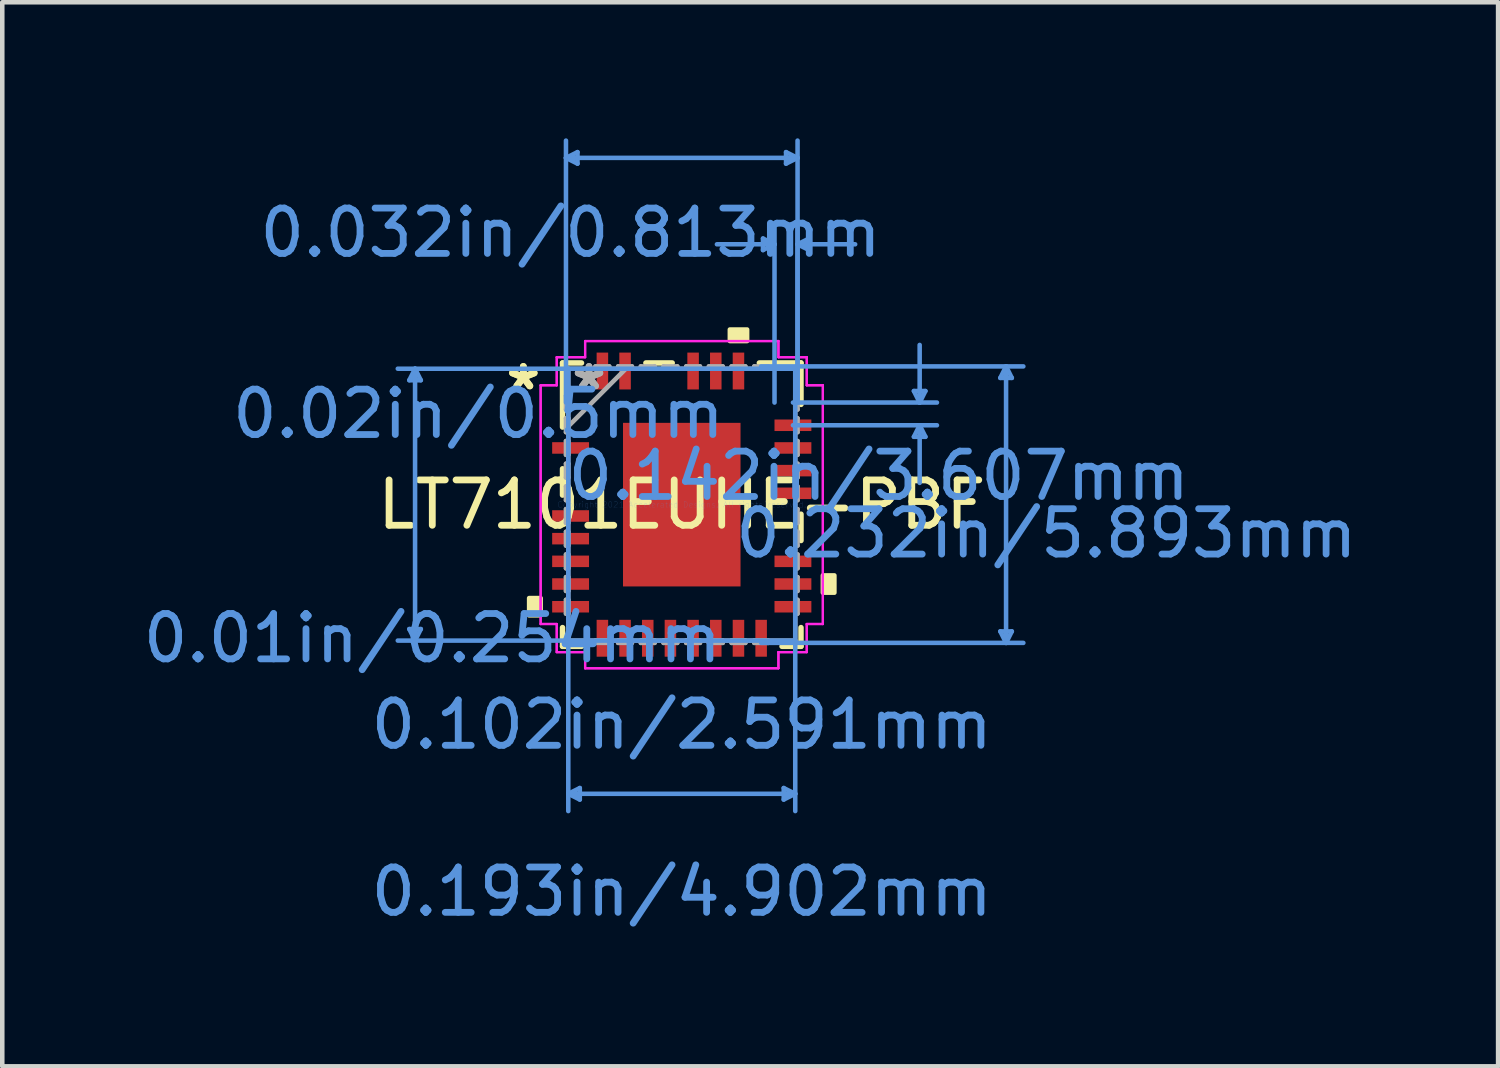
<source format=kicad_pcb>
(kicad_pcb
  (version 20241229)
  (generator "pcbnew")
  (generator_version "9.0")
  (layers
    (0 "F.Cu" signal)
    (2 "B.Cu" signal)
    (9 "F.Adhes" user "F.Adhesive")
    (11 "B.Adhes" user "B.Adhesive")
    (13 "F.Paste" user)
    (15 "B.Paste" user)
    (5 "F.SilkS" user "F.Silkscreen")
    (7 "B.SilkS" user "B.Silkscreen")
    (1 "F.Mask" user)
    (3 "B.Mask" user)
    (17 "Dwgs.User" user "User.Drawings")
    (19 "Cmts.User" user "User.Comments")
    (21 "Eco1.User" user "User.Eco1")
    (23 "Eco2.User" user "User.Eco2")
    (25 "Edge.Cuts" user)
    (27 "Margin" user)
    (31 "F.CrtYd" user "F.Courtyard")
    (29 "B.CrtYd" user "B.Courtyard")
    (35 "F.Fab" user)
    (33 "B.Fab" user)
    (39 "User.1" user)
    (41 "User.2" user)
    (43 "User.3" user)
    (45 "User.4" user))
  (footprint "LT7101EUHE-PBF"
    (layer "F.Cu")
    (at 11.981 8.076)
    (property "Reference" "LT7101EUHE-PBF" (at 0 0 0) (layer "F.SilkS") (effects (font (size 1 1) (thickness 0.15))))
    (attr through_hole)
    (fp_line (start -2.629 -3.124) (end -2.629 -1.71) (stroke (width 0.12) (type solid)) (layer "F.SilkS"))
    (fp_line (start -2.629 -0.791) (end -2.629 -0.21) (stroke (width 0.12) (type solid)) (layer "F.SilkS"))
    (fp_line (start -2.629 2.71) (end -2.629 3.124) (stroke (width 0.12) (type solid)) (layer "F.SilkS"))
    (fp_line (start -2.629 3.124) (end -2.21 3.124) (stroke (width 0.12) (type solid)) (layer "F.SilkS"))
    (fp_line (start -2.21 -3.124) (end -2.629 -3.124) (stroke (width 0.12) (type solid)) (layer "F.SilkS"))
    (fp_line (start -0.21 -3.124) (end -0.791 -3.124) (stroke (width 0.12) (type solid)) (layer "F.SilkS"))
    (fp_line (start 2.21 3.124) (end 2.629 3.124) (stroke (width 0.12) (type solid)) (layer "F.SilkS"))
    (fp_line (start 2.629 -3.124) (end 1.71 -3.124) (stroke (width 0.12) (type solid)) (layer "F.SilkS"))
    (fp_line (start 2.629 -2.21) (end 2.629 -3.124) (stroke (width 0.12) (type solid)) (layer "F.SilkS"))
    (fp_line (start 2.629 0.791) (end 2.629 0.21) (stroke (width 0.12) (type solid)) (layer "F.SilkS"))
    (fp_line (start 2.629 3.124) (end 2.629 2.71) (stroke (width 0.12) (type solid)) (layer "F.SilkS"))
    (fp_poly (pts (xy -3.365 2.06) (xy -3.365 2.441) (xy -3.111 2.441) (xy -3.111 2.06)) (stroke (width 0.1) (type solid)) (fill yes) (layer "F.SilkS"))
    (fp_poly (pts (xy 1.06 -3.607) (xy 1.06 -3.861) (xy 1.441 -3.861) (xy 1.441 -3.607)) (stroke (width 0.1) (type solid)) (fill yes) (layer "F.SilkS"))
    (fp_poly (pts (xy 3.365 1.56) (xy 3.365 1.941) (xy 3.111 1.941) (xy 3.111 1.56)) (stroke (width 0.1) (type solid)) (fill yes) (layer "F.SilkS"))
    (fp_poly (pts (xy -1.195 -1.703) (xy -1.195 -0.1) (xy -0.1 -0.1) (xy -0.1 -1.703)) (stroke (width 0.1) (type solid)) (fill yes) (layer "F.Paste"))
    (fp_poly (pts (xy -1.195 0.1) (xy -1.195 1.703) (xy -0.1 1.703) (xy -0.1 0.1)) (stroke (width 0.1) (type solid)) (fill yes) (layer "F.Paste"))
    (fp_poly (pts (xy 0.1 -1.703) (xy 0.1 -0.1) (xy 1.195 -0.1) (xy 1.195 -1.703)) (stroke (width 0.1) (type solid)) (fill yes) (layer "F.Paste"))
    (fp_poly (pts (xy 0.1 0.1) (xy 0.1 1.703) (xy 1.195 1.703) (xy 1.195 0.1)) (stroke (width 0.1) (type solid)) (fill yes) (layer "F.Paste"))
    (fp_line (start -6.007 -2.743) (end -5.753 -2.743) (stroke (width 0.1) (type solid)) (layer "Cmts.User"))
    (fp_line (start -6.007 2.743) (end -5.753 2.743) (stroke (width 0.1) (type solid)) (layer "Cmts.User"))
    (fp_line (start -5.88 -2.997) (end -6.007 -2.743) (stroke (width 0.1) (type solid)) (layer "Cmts.User"))
    (fp_line (start -5.88 -2.997) (end -5.88 2.997) (stroke (width 0.1) (type solid)) (layer "Cmts.User"))
    (fp_line (start -5.88 -2.997) (end -5.753 -2.743) (stroke (width 0.1) (type solid)) (layer "Cmts.User"))
    (fp_line (start -5.88 2.997) (end -6.007 2.743) (stroke (width 0.1) (type solid)) (layer "Cmts.User"))
    (fp_line (start -5.88 2.997) (end -5.753 2.743) (stroke (width 0.1) (type solid)) (layer "Cmts.User"))
    (fp_line (start -2.553 -7.645) (end -2.299 -7.772) (stroke (width 0.1) (type solid)) (layer "Cmts.User"))
    (fp_line (start -2.553 -7.645) (end -2.299 -7.518) (stroke (width 0.1) (type solid)) (layer "Cmts.User"))
    (fp_line (start -2.553 -7.645) (end 2.553 -7.645) (stroke (width 0.1) (type solid)) (layer "Cmts.User"))
    (fp_line (start -2.553 -2.251) (end -2.553 -8.026) (stroke (width 0.1) (type solid)) (layer "Cmts.User"))
    (fp_line (start -2.502 -2.997) (end -2.502 6.756) (stroke (width 0.1) (type solid)) (layer "Cmts.User"))
    (fp_line (start -2.502 6.375) (end -2.248 6.248) (stroke (width 0.1) (type solid)) (layer "Cmts.User"))
    (fp_line (start -2.502 6.375) (end -2.248 6.502) (stroke (width 0.1) (type solid)) (layer "Cmts.User"))
    (fp_line (start -2.502 6.375) (end 2.502 6.375) (stroke (width 0.1) (type solid)) (layer "Cmts.User"))
    (fp_line (start -2.299 -7.772) (end -2.299 -7.518) (stroke (width 0.1) (type solid)) (layer "Cmts.User"))
    (fp_line (start -2.248 6.248) (end -2.248 6.502) (stroke (width 0.1) (type solid)) (layer "Cmts.User"))
    (fp_line (start 1.75 -3.048) (end 7.531 -3.048) (stroke (width 0.1) (type solid)) (layer "Cmts.User"))
    (fp_line (start 1.75 3.048) (end 7.531 3.048) (stroke (width 0.1) (type solid)) (layer "Cmts.User"))
    (fp_line (start 1.791 -5.867) (end 1.791 -5.613) (stroke (width 0.1) (type solid)) (layer "Cmts.User"))
    (fp_line (start 2.045 -5.74) (end 0.775 -5.74) (stroke (width 0.1) (type solid)) (layer "Cmts.User"))
    (fp_line (start 2.045 -5.74) (end 1.791 -5.867) (stroke (width 0.1) (type solid)) (layer "Cmts.User"))
    (fp_line (start 2.045 -5.74) (end 1.791 -5.613) (stroke (width 0.1) (type solid)) (layer "Cmts.User"))
    (fp_line (start 2.045 -2.251) (end 2.045 -6.121) (stroke (width 0.1) (type solid)) (layer "Cmts.User"))
    (fp_line (start 2.248 6.248) (end 2.248 6.502) (stroke (width 0.1) (type solid)) (layer "Cmts.User"))
    (fp_line (start 2.299 -7.772) (end 2.299 -7.518) (stroke (width 0.1) (type solid)) (layer "Cmts.User"))
    (fp_line (start 2.451 -2.251) (end 5.626 -2.251) (stroke (width 0.1) (type solid)) (layer "Cmts.User"))
    (fp_line (start 2.451 -1.75) (end 5.626 -1.75) (stroke (width 0.1) (type solid)) (layer "Cmts.User"))
    (fp_line (start 2.502 -2.997) (end -6.261 -2.997) (stroke (width 0.1) (type solid)) (layer "Cmts.User"))
    (fp_line (start 2.502 -2.997) (end 2.502 6.756) (stroke (width 0.1) (type solid)) (layer "Cmts.User"))
    (fp_line (start 2.502 2.997) (end -6.261 2.997) (stroke (width 0.1) (type solid)) (layer "Cmts.User"))
    (fp_line (start 2.502 6.375) (end 2.248 6.248) (stroke (width 0.1) (type solid)) (layer "Cmts.User"))
    (fp_line (start 2.502 6.375) (end 2.248 6.502) (stroke (width 0.1) (type solid)) (layer "Cmts.User"))
    (fp_line (start 2.553 -7.645) (end 2.299 -7.772) (stroke (width 0.1) (type solid)) (layer "Cmts.User"))
    (fp_line (start 2.553 -7.645) (end 2.299 -7.518) (stroke (width 0.1) (type solid)) (layer "Cmts.User"))
    (fp_line (start 2.553 -5.74) (end 2.807 -5.867) (stroke (width 0.1) (type solid)) (layer "Cmts.User"))
    (fp_line (start 2.553 -5.74) (end 2.807 -5.613) (stroke (width 0.1) (type solid)) (layer "Cmts.User"))
    (fp_line (start 2.553 -5.74) (end 3.823 -5.74) (stroke (width 0.1) (type solid)) (layer "Cmts.User"))
    (fp_line (start 2.553 -2.251) (end 2.553 -8.026) (stroke (width 0.1) (type solid)) (layer "Cmts.User"))
    (fp_line (start 2.553 -2.251) (end 2.553 -6.121) (stroke (width 0.1) (type solid)) (layer "Cmts.User"))
    (fp_line (start 2.807 -5.867) (end 2.807 -5.613) (stroke (width 0.1) (type solid)) (layer "Cmts.User"))
    (fp_line (start 5.118 -2.505) (end 5.372 -2.505) (stroke (width 0.1) (type solid)) (layer "Cmts.User"))
    (fp_line (start 5.118 -1.496) (end 5.372 -1.496) (stroke (width 0.1) (type solid)) (layer "Cmts.User"))
    (fp_line (start 5.245 -2.251) (end 5.118 -2.505) (stroke (width 0.1) (type solid)) (layer "Cmts.User"))
    (fp_line (start 5.245 -2.251) (end 5.245 -3.521) (stroke (width 0.1) (type solid)) (layer "Cmts.User"))
    (fp_line (start 5.245 -2.251) (end 5.372 -2.505) (stroke (width 0.1) (type solid)) (layer "Cmts.User"))
    (fp_line (start 5.245 -1.75) (end 5.118 -1.496) (stroke (width 0.1) (type solid)) (layer "Cmts.User"))
    (fp_line (start 5.245 -1.75) (end 5.245 -0.48) (stroke (width 0.1) (type solid)) (layer "Cmts.User"))
    (fp_line (start 5.245 -1.75) (end 5.372 -1.496) (stroke (width 0.1) (type solid)) (layer "Cmts.User"))
    (fp_line (start 7.023 -2.794) (end 7.277 -2.794) (stroke (width 0.1) (type solid)) (layer "Cmts.User"))
    (fp_line (start 7.023 2.794) (end 7.277 2.794) (stroke (width 0.1) (type solid)) (layer "Cmts.User"))
    (fp_line (start 7.15 -3.048) (end 7.023 -2.794) (stroke (width 0.1) (type solid)) (layer "Cmts.User"))
    (fp_line (start 7.15 -3.048) (end 7.15 3.048) (stroke (width 0.1) (type solid)) (layer "Cmts.User"))
    (fp_line (start 7.15 -3.048) (end 7.277 -2.794) (stroke (width 0.1) (type solid)) (layer "Cmts.User"))
    (fp_line (start 7.15 3.048) (end 7.023 2.794) (stroke (width 0.1) (type solid)) (layer "Cmts.User"))
    (fp_line (start 7.15 3.048) (end 7.277 2.794) (stroke (width 0.1) (type solid)) (layer "Cmts.User"))
    (fp_line (start -3.111 -2.632) (end -2.756 -2.632) (stroke (width 0.05) (type solid)) (layer "F.CrtYd"))
    (fp_line (start -3.111 -2.632) (end -2.756 -2.632) (stroke (width 0.05) (type solid)) (layer "F.CrtYd"))
    (fp_line (start -3.111 2.632) (end -3.111 -2.632) (stroke (width 0.05) (type solid)) (layer "F.CrtYd"))
    (fp_line (start -3.111 2.632) (end -3.111 -2.632) (stroke (width 0.05) (type solid)) (layer "F.CrtYd"))
    (fp_line (start -2.756 -3.251) (end -2.131 -3.251) (stroke (width 0.05) (type solid)) (layer "F.CrtYd"))
    (fp_line (start -2.756 -3.251) (end -2.131 -3.251) (stroke (width 0.05) (type solid)) (layer "F.CrtYd"))
    (fp_line (start -2.756 -2.632) (end -2.756 -3.251) (stroke (width 0.05) (type solid)) (layer "F.CrtYd"))
    (fp_line (start -2.756 -2.632) (end -2.756 -3.251) (stroke (width 0.05) (type solid)) (layer "F.CrtYd"))
    (fp_line (start -2.756 2.632) (end -3.111 2.632) (stroke (width 0.05) (type solid)) (layer "F.CrtYd"))
    (fp_line (start -2.756 2.632) (end -3.111 2.632) (stroke (width 0.05) (type solid)) (layer "F.CrtYd"))
    (fp_line (start -2.756 3.251) (end -2.756 2.632) (stroke (width 0.05) (type solid)) (layer "F.CrtYd"))
    (fp_line (start -2.756 3.251) (end -2.756 2.632) (stroke (width 0.05) (type solid)) (layer "F.CrtYd"))
    (fp_line (start -2.131 -3.607) (end 2.131 -3.607) (stroke (width 0.05) (type solid)) (layer "F.CrtYd"))
    (fp_line (start -2.131 -3.607) (end 2.131 -3.607) (stroke (width 0.05) (type solid)) (layer "F.CrtYd"))
    (fp_line (start -2.131 -3.251) (end -2.131 -3.607) (stroke (width 0.05) (type solid)) (layer "F.CrtYd"))
    (fp_line (start -2.131 -3.251) (end -2.131 -3.607) (stroke (width 0.05) (type solid)) (layer "F.CrtYd"))
    (fp_line (start -2.131 3.251) (end -2.756 3.251) (stroke (width 0.05) (type solid)) (layer "F.CrtYd"))
    (fp_line (start -2.131 3.251) (end -2.756 3.251) (stroke (width 0.05) (type solid)) (layer "F.CrtYd"))
    (fp_line (start -2.131 3.607) (end -2.131 3.251) (stroke (width 0.05) (type solid)) (layer "F.CrtYd"))
    (fp_line (start -2.131 3.607) (end -2.131 3.251) (stroke (width 0.05) (type solid)) (layer "F.CrtYd"))
    (fp_line (start 2.131 -3.607) (end 2.131 -3.251) (stroke (width 0.05) (type solid)) (layer "F.CrtYd"))
    (fp_line (start 2.131 -3.607) (end 2.131 -3.251) (stroke (width 0.05) (type solid)) (layer "F.CrtYd"))
    (fp_line (start 2.131 -3.251) (end 2.756 -3.251) (stroke (width 0.05) (type solid)) (layer "F.CrtYd"))
    (fp_line (start 2.131 -3.251) (end 2.756 -3.251) (stroke (width 0.05) (type solid)) (layer "F.CrtYd"))
    (fp_line (start 2.131 3.251) (end 2.131 3.607) (stroke (width 0.05) (type solid)) (layer "F.CrtYd"))
    (fp_line (start 2.131 3.251) (end 2.131 3.607) (stroke (width 0.05) (type solid)) (layer "F.CrtYd"))
    (fp_line (start 2.131 3.607) (end -2.131 3.607) (stroke (width 0.05) (type solid)) (layer "F.CrtYd"))
    (fp_line (start 2.131 3.607) (end -2.131 3.607) (stroke (width 0.05) (type solid)) (layer "F.CrtYd"))
    (fp_line (start 2.756 -3.251) (end 2.756 -2.632) (stroke (width 0.05) (type solid)) (layer "F.CrtYd"))
    (fp_line (start 2.756 -3.251) (end 2.756 -2.632) (stroke (width 0.05) (type solid)) (layer "F.CrtYd"))
    (fp_line (start 2.756 -2.632) (end 3.111 -2.632) (stroke (width 0.05) (type solid)) (layer "F.CrtYd"))
    (fp_line (start 2.756 -2.632) (end 3.111 -2.632) (stroke (width 0.05) (type solid)) (layer "F.CrtYd"))
    (fp_line (start 2.756 2.632) (end 2.756 3.251) (stroke (width 0.05) (type solid)) (layer "F.CrtYd"))
    (fp_line (start 2.756 2.632) (end 2.756 3.251) (stroke (width 0.05) (type solid)) (layer "F.CrtYd"))
    (fp_line (start 2.756 3.251) (end 2.131 3.251) (stroke (width 0.05) (type solid)) (layer "F.CrtYd"))
    (fp_line (start 2.756 3.251) (end 2.131 3.251) (stroke (width 0.05) (type solid)) (layer "F.CrtYd"))
    (fp_line (start 3.111 -2.632) (end 3.111 2.632) (stroke (width 0.05) (type solid)) (layer "F.CrtYd"))
    (fp_line (start 3.111 -2.632) (end 3.111 2.632) (stroke (width 0.05) (type solid)) (layer "F.CrtYd"))
    (fp_line (start 3.111 2.632) (end 2.756 2.632) (stroke (width 0.05) (type solid)) (layer "F.CrtYd"))
    (fp_line (start 3.111 2.632) (end 2.756 2.632) (stroke (width 0.05) (type solid)) (layer "F.CrtYd"))
    (fp_line (start -2.553 -2.403) (end -2.553 -2.098) (stroke (width 0.1) (type solid)) (layer "F.Fab"))
    (fp_line (start -2.553 -2.098) (end -2.502 -2.098) (stroke (width 0.1) (type solid)) (layer "F.Fab"))
    (fp_line (start -2.553 -1.903) (end -2.553 -1.598) (stroke (width 0.1) (type solid)) (layer "F.Fab"))
    (fp_line (start -2.553 -1.598) (end -2.502 -1.598) (stroke (width 0.1) (type solid)) (layer "F.Fab"))
    (fp_line (start -2.553 -1.403) (end -2.553 -1.098) (stroke (width 0.1) (type solid)) (layer "F.Fab"))
    (fp_line (start -2.553 -1.098) (end -2.502 -1.098) (stroke (width 0.1) (type solid)) (layer "F.Fab"))
    (fp_line (start -2.553 -0.903) (end -2.553 -0.598) (stroke (width 0.1) (type solid)) (layer "F.Fab"))
    (fp_line (start -2.553 -0.598) (end -2.502 -0.598) (stroke (width 0.1) (type solid)) (layer "F.Fab"))
    (fp_line (start -2.553 -0.402) (end -2.553 -0.098) (stroke (width 0.1) (type solid)) (layer "F.Fab"))
    (fp_line (start -2.553 -0.098) (end -2.502 -0.098) (stroke (width 0.1) (type solid)) (layer "F.Fab"))
    (fp_line (start -2.553 0.098) (end -2.553 0.402) (stroke (width 0.1) (type solid)) (layer "F.Fab"))
    (fp_line (start -2.553 0.402) (end -2.502 0.402) (stroke (width 0.1) (type solid)) (layer "F.Fab"))
    (fp_line (start -2.553 0.598) (end -2.553 0.903) (stroke (width 0.1) (type solid)) (layer "F.Fab"))
    (fp_line (start -2.553 0.903) (end -2.502 0.903) (stroke (width 0.1) (type solid)) (layer "F.Fab"))
    (fp_line (start -2.553 1.098) (end -2.553 1.403) (stroke (width 0.1) (type solid)) (layer "F.Fab"))
    (fp_line (start -2.553 1.403) (end -2.502 1.403) (stroke (width 0.1) (type solid)) (layer "F.Fab"))
    (fp_line (start -2.553 1.598) (end -2.553 1.903) (stroke (width 0.1) (type solid)) (layer "F.Fab"))
    (fp_line (start -2.553 1.903) (end -2.502 1.903) (stroke (width 0.1) (type solid)) (layer "F.Fab"))
    (fp_line (start -2.553 2.098) (end -2.553 2.403) (stroke (width 0.1) (type solid)) (layer "F.Fab"))
    (fp_line (start -2.553 2.403) (end -2.502 2.403) (stroke (width 0.1) (type solid)) (layer "F.Fab"))
    (fp_line (start -2.502 -2.997) (end -2.502 -2.997) (stroke (width 0.1) (type solid)) (layer "F.Fab"))
    (fp_line (start -2.502 -2.997) (end -2.502 2.997) (stroke (width 0.1) (type solid)) (layer "F.Fab"))
    (fp_line (start -2.502 -2.403) (end -2.553 -2.403) (stroke (width 0.1) (type solid)) (layer "F.Fab"))
    (fp_line (start -2.502 -2.098) (end -2.502 -2.403) (stroke (width 0.1) (type solid)) (layer "F.Fab"))
    (fp_line (start -2.502 -1.903) (end -2.553 -1.903) (stroke (width 0.1) (type solid)) (layer "F.Fab"))
    (fp_line (start -2.502 -1.727) (end -1.232 -2.997) (stroke (width 0.1) (type solid)) (layer "F.Fab"))
    (fp_line (start -2.502 -1.598) (end -2.502 -1.903) (stroke (width 0.1) (type solid)) (layer "F.Fab"))
    (fp_line (start -2.502 -1.403) (end -2.553 -1.403) (stroke (width 0.1) (type solid)) (layer "F.Fab"))
    (fp_line (start -2.502 -1.098) (end -2.502 -1.403) (stroke (width 0.1) (type solid)) (layer "F.Fab"))
    (fp_line (start -2.502 -0.903) (end -2.553 -0.903) (stroke (width 0.1) (type solid)) (layer "F.Fab"))
    (fp_line (start -2.502 -0.598) (end -2.502 -0.903) (stroke (width 0.1) (type solid)) (layer "F.Fab"))
    (fp_line (start -2.502 -0.402) (end -2.553 -0.402) (stroke (width 0.1) (type solid)) (layer "F.Fab"))
    (fp_line (start -2.502 -0.098) (end -2.502 -0.402) (stroke (width 0.1) (type solid)) (layer "F.Fab"))
    (fp_line (start -2.502 0.098) (end -2.553 0.098) (stroke (width 0.1) (type solid)) (layer "F.Fab"))
    (fp_line (start -2.502 0.402) (end -2.502 0.098) (stroke (width 0.1) (type solid)) (layer "F.Fab"))
    (fp_line (start -2.502 0.598) (end -2.553 0.598) (stroke (width 0.1) (type solid)) (layer "F.Fab"))
    (fp_line (start -2.502 0.903) (end -2.502 0.598) (stroke (width 0.1) (type solid)) (layer "F.Fab"))
    (fp_line (start -2.502 1.098) (end -2.553 1.098) (stroke (width 0.1) (type solid)) (layer "F.Fab"))
    (fp_line (start -2.502 1.403) (end -2.502 1.098) (stroke (width 0.1) (type solid)) (layer "F.Fab"))
    (fp_line (start -2.502 1.598) (end -2.553 1.598) (stroke (width 0.1) (type solid)) (layer "F.Fab"))
    (fp_line (start -2.502 1.903) (end -2.502 1.598) (stroke (width 0.1) (type solid)) (layer "F.Fab"))
    (fp_line (start -2.502 2.098) (end -2.553 2.098) (stroke (width 0.1) (type solid)) (layer "F.Fab"))
    (fp_line (start -2.502 2.403) (end -2.502 2.098) (stroke (width 0.1) (type solid)) (layer "F.Fab"))
    (fp_line (start -2.502 2.997) (end -2.502 2.997) (stroke (width 0.1) (type solid)) (layer "F.Fab"))
    (fp_line (start -2.502 2.997) (end 2.502 2.997) (stroke (width 0.1) (type solid)) (layer "F.Fab"))
    (fp_line (start -1.903 -3.048) (end -1.903 -2.997) (stroke (width 0.1) (type solid)) (layer "F.Fab"))
    (fp_line (start -1.903 -2.997) (end -1.598 -2.997) (stroke (width 0.1) (type solid)) (layer "F.Fab"))
    (fp_line (start -1.903 2.997) (end -1.903 3.048) (stroke (width 0.1) (type solid)) (layer "F.Fab"))
    (fp_line (start -1.903 3.048) (end -1.598 3.048) (stroke (width 0.1) (type solid)) (layer "F.Fab"))
    (fp_line (start -1.598 -3.048) (end -1.903 -3.048) (stroke (width 0.1) (type solid)) (layer "F.Fab"))
    (fp_line (start -1.598 -2.997) (end -1.598 -3.048) (stroke (width 0.1) (type solid)) (layer "F.Fab"))
    (fp_line (start -1.598 2.997) (end -1.903 2.997) (stroke (width 0.1) (type solid)) (layer "F.Fab"))
    (fp_line (start -1.598 3.048) (end -1.598 2.997) (stroke (width 0.1) (type solid)) (layer "F.Fab"))
    (fp_line (start -1.403 -3.048) (end -1.403 -2.997) (stroke (width 0.1) (type solid)) (layer "F.Fab"))
    (fp_line (start -1.403 -2.997) (end -1.098 -2.997) (stroke (width 0.1) (type solid)) (layer "F.Fab"))
    (fp_line (start -1.403 2.997) (end -1.403 3.048) (stroke (width 0.1) (type solid)) (layer "F.Fab"))
    (fp_line (start -1.403 3.048) (end -1.098 3.048) (stroke (width 0.1) (type solid)) (layer "F.Fab"))
    (fp_line (start -1.098 -3.048) (end -1.403 -3.048) (stroke (width 0.1) (type solid)) (layer "F.Fab"))
    (fp_line (start -1.098 -2.997) (end -1.098 -3.048) (stroke (width 0.1) (type solid)) (layer "F.Fab"))
    (fp_line (start -1.098 2.997) (end -1.403 2.997) (stroke (width 0.1) (type solid)) (layer "F.Fab"))
    (fp_line (start -1.098 3.048) (end -1.098 2.997) (stroke (width 0.1) (type solid)) (layer "F.Fab"))
    (fp_line (start -0.903 -3.048) (end -0.903 -2.997) (stroke (width 0.1) (type solid)) (layer "F.Fab"))
    (fp_line (start -0.903 -2.997) (end -0.598 -2.997) (stroke (width 0.1) (type solid)) (layer "F.Fab"))
    (fp_line (start -0.903 2.997) (end -0.903 3.048) (stroke (width 0.1) (type solid)) (layer "F.Fab"))
    (fp_line (start -0.903 3.048) (end -0.598 3.048) (stroke (width 0.1) (type solid)) (layer "F.Fab"))
    (fp_line (start -0.598 -3.048) (end -0.903 -3.048) (stroke (width 0.1) (type solid)) (layer "F.Fab"))
    (fp_line (start -0.598 -2.997) (end -0.598 -3.048) (stroke (width 0.1) (type solid)) (layer "F.Fab"))
    (fp_line (start -0.598 2.997) (end -0.903 2.997) (stroke (width 0.1) (type solid)) (layer "F.Fab"))
    (fp_line (start -0.598 3.048) (end -0.598 2.997) (stroke (width 0.1) (type solid)) (layer "F.Fab"))
    (fp_line (start -0.402 -3.048) (end -0.402 -2.997) (stroke (width 0.1) (type solid)) (layer "F.Fab"))
    (fp_line (start -0.402 -2.997) (end -0.098 -2.997) (stroke (width 0.1) (type solid)) (layer "F.Fab"))
    (fp_line (start -0.402 2.997) (end -0.402 3.048) (stroke (width 0.1) (type solid)) (layer "F.Fab"))
    (fp_line (start -0.402 3.048) (end -0.098 3.048) (stroke (width 0.1) (type solid)) (layer "F.Fab"))
    (fp_line (start -0.098 -3.048) (end -0.402 -3.048) (stroke (width 0.1) (type solid)) (layer "F.Fab"))
    (fp_line (start -0.098 -2.997) (end -0.098 -3.048) (stroke (width 0.1) (type solid)) (layer "F.Fab"))
    (fp_line (start -0.098 2.997) (end -0.402 2.997) (stroke (width 0.1) (type solid)) (layer "F.Fab"))
    (fp_line (start -0.098 3.048) (end -0.098 2.997) (stroke (width 0.1) (type solid)) (layer "F.Fab"))
    (fp_line (start 0.098 -3.048) (end 0.098 -2.997) (stroke (width 0.1) (type solid)) (layer "F.Fab"))
    (fp_line (start 0.098 -2.997) (end 0.402 -2.997) (stroke (width 0.1) (type solid)) (layer "F.Fab"))
    (fp_line (start 0.098 2.997) (end 0.098 3.048) (stroke (width 0.1) (type solid)) (layer "F.Fab"))
    (fp_line (start 0.098 3.048) (end 0.402 3.048) (stroke (width 0.1) (type solid)) (layer "F.Fab"))
    (fp_line (start 0.402 -3.048) (end 0.098 -3.048) (stroke (width 0.1) (type solid)) (layer "F.Fab"))
    (fp_line (start 0.402 -2.997) (end 0.402 -3.048) (stroke (width 0.1) (type solid)) (layer "F.Fab"))
    (fp_line (start 0.402 2.997) (end 0.098 2.997) (stroke (width 0.1) (type solid)) (layer "F.Fab"))
    (fp_line (start 0.402 3.048) (end 0.402 2.997) (stroke (width 0.1) (type solid)) (layer "F.Fab"))
    (fp_line (start 0.598 -3.048) (end 0.598 -2.997) (stroke (width 0.1) (type solid)) (layer "F.Fab"))
    (fp_line (start 0.598 -2.997) (end 0.903 -2.997) (stroke (width 0.1) (type solid)) (layer "F.Fab"))
    (fp_line (start 0.598 2.997) (end 0.598 3.048) (stroke (width 0.1) (type solid)) (layer "F.Fab"))
    (fp_line (start 0.598 3.048) (end 0.903 3.048) (stroke (width 0.1) (type solid)) (layer "F.Fab"))
    (fp_line (start 0.903 -3.048) (end 0.598 -3.048) (stroke (width 0.1) (type solid)) (layer "F.Fab"))
    (fp_line (start 0.903 -2.997) (end 0.903 -3.048) (stroke (width 0.1) (type solid)) (layer "F.Fab"))
    (fp_line (start 0.903 2.997) (end 0.598 2.997) (stroke (width 0.1) (type solid)) (layer "F.Fab"))
    (fp_line (start 0.903 3.048) (end 0.903 2.997) (stroke (width 0.1) (type solid)) (layer "F.Fab"))
    (fp_line (start 1.098 -3.048) (end 1.098 -2.997) (stroke (width 0.1) (type solid)) (layer "F.Fab"))
    (fp_line (start 1.098 -2.997) (end 1.403 -2.997) (stroke (width 0.1) (type solid)) (layer "F.Fab"))
    (fp_line (start 1.098 2.997) (end 1.098 3.048) (stroke (width 0.1) (type solid)) (layer "F.Fab"))
    (fp_line (start 1.098 3.048) (end 1.403 3.048) (stroke (width 0.1) (type solid)) (layer "F.Fab"))
    (fp_line (start 1.403 -3.048) (end 1.098 -3.048) (stroke (width 0.1) (type solid)) (layer "F.Fab"))
    (fp_line (start 1.403 -2.997) (end 1.403 -3.048) (stroke (width 0.1) (type solid)) (layer "F.Fab"))
    (fp_line (start 1.403 2.997) (end 1.098 2.997) (stroke (width 0.1) (type solid)) (layer "F.Fab"))
    (fp_line (start 1.403 3.048) (end 1.403 2.997) (stroke (width 0.1) (type solid)) (layer "F.Fab"))
    (fp_line (start 1.598 -3.048) (end 1.598 -2.997) (stroke (width 0.1) (type solid)) (layer "F.Fab"))
    (fp_line (start 1.598 -2.997) (end 1.903 -2.997) (stroke (width 0.1) (type solid)) (layer "F.Fab"))
    (fp_line (start 1.598 2.997) (end 1.598 3.048) (stroke (width 0.1) (type solid)) (layer "F.Fab"))
    (fp_line (start 1.598 3.048) (end 1.903 3.048) (stroke (width 0.1) (type solid)) (layer "F.Fab"))
    (fp_line (start 1.903 -3.048) (end 1.598 -3.048) (stroke (width 0.1) (type solid)) (layer "F.Fab"))
    (fp_line (start 1.903 -2.997) (end 1.903 -3.048) (stroke (width 0.1) (type solid)) (layer "F.Fab"))
    (fp_line (start 1.903 2.997) (end 1.598 2.997) (stroke (width 0.1) (type solid)) (layer "F.Fab"))
    (fp_line (start 1.903 3.048) (end 1.903 2.997) (stroke (width 0.1) (type solid)) (layer "F.Fab"))
    (fp_line (start 2.502 -2.997) (end -2.502 -2.997) (stroke (width 0.1) (type solid)) (layer "F.Fab"))
    (fp_line (start 2.502 -2.997) (end 2.502 -2.997) (stroke (width 0.1) (type solid)) (layer "F.Fab"))
    (fp_line (start 2.502 -2.403) (end 2.502 -2.098) (stroke (width 0.1) (type solid)) (layer "F.Fab"))
    (fp_line (start 2.502 -2.098) (end 2.553 -2.098) (stroke (width 0.1) (type solid)) (layer "F.Fab"))
    (fp_line (start 2.502 -1.903) (end 2.502 -1.598) (stroke (width 0.1) (type solid)) (layer "F.Fab"))
    (fp_line (start 2.502 -1.598) (end 2.553 -1.598) (stroke (width 0.1) (type solid)) (layer "F.Fab"))
    (fp_line (start 2.502 -1.403) (end 2.502 -1.098) (stroke (width 0.1) (type solid)) (layer "F.Fab"))
    (fp_line (start 2.502 -1.098) (end 2.553 -1.098) (stroke (width 0.1) (type solid)) (layer "F.Fab"))
    (fp_line (start 2.502 -0.903) (end 2.502 -0.598) (stroke (width 0.1) (type solid)) (layer "F.Fab"))
    (fp_line (start 2.502 -0.598) (end 2.553 -0.598) (stroke (width 0.1) (type solid)) (layer "F.Fab"))
    (fp_line (start 2.502 -0.402) (end 2.502 -0.098) (stroke (width 0.1) (type solid)) (layer "F.Fab"))
    (fp_line (start 2.502 -0.098) (end 2.553 -0.098) (stroke (width 0.1) (type solid)) (layer "F.Fab"))
    (fp_line (start 2.502 0.098) (end 2.502 0.402) (stroke (width 0.1) (type solid)) (layer "F.Fab"))
    (fp_line (start 2.502 0.402) (end 2.553 0.402) (stroke (width 0.1) (type solid)) (layer "F.Fab"))
    (fp_line (start 2.502 0.598) (end 2.502 0.903) (stroke (width 0.1) (type solid)) (layer "F.Fab"))
    (fp_line (start 2.502 0.903) (end 2.553 0.903) (stroke (width 0.1) (type solid)) (layer "F.Fab"))
    (fp_line (start 2.502 1.098) (end 2.502 1.403) (stroke (width 0.1) (type solid)) (layer "F.Fab"))
    (fp_line (start 2.502 1.403) (end 2.553 1.403) (stroke (width 0.1) (type solid)) (layer "F.Fab"))
    (fp_line (start 2.502 1.598) (end 2.502 1.903) (stroke (width 0.1) (type solid)) (layer "F.Fab"))
    (fp_line (start 2.502 1.903) (end 2.553 1.903) (stroke (width 0.1) (type solid)) (layer "F.Fab"))
    (fp_line (start 2.502 2.098) (end 2.502 2.403) (stroke (width 0.1) (type solid)) (layer "F.Fab"))
    (fp_line (start 2.502 2.403) (end 2.553 2.403) (stroke (width 0.1) (type solid)) (layer "F.Fab"))
    (fp_line (start 2.502 2.997) (end 2.502 -2.997) (stroke (width 0.1) (type solid)) (layer "F.Fab"))
    (fp_line (start 2.502 2.997) (end 2.502 2.997) (stroke (width 0.1) (type solid)) (layer "F.Fab"))
    (fp_line (start 2.553 -2.403) (end 2.502 -2.403) (stroke (width 0.1) (type solid)) (layer "F.Fab"))
    (fp_line (start 2.553 -2.098) (end 2.553 -2.403) (stroke (width 0.1) (type solid)) (layer "F.Fab"))
    (fp_line (start 2.553 -1.903) (end 2.502 -1.903) (stroke (width 0.1) (type solid)) (layer "F.Fab"))
    (fp_line (start 2.553 -1.598) (end 2.553 -1.903) (stroke (width 0.1) (type solid)) (layer "F.Fab"))
    (fp_line (start 2.553 -1.403) (end 2.502 -1.403) (stroke (width 0.1) (type solid)) (layer "F.Fab"))
    (fp_line (start 2.553 -1.098) (end 2.553 -1.403) (stroke (width 0.1) (type solid)) (layer "F.Fab"))
    (fp_line (start 2.553 -0.903) (end 2.502 -0.903) (stroke (width 0.1) (type solid)) (layer "F.Fab"))
    (fp_line (start 2.553 -0.598) (end 2.553 -0.903) (stroke (width 0.1) (type solid)) (layer "F.Fab"))
    (fp_line (start 2.553 -0.402) (end 2.502 -0.402) (stroke (width 0.1) (type solid)) (layer "F.Fab"))
    (fp_line (start 2.553 -0.098) (end 2.553 -0.402) (stroke (width 0.1) (type solid)) (layer "F.Fab"))
    (fp_line (start 2.553 0.098) (end 2.502 0.098) (stroke (width 0.1) (type solid)) (layer "F.Fab"))
    (fp_line (start 2.553 0.402) (end 2.553 0.098) (stroke (width 0.1) (type solid)) (layer "F.Fab"))
    (fp_line (start 2.553 0.598) (end 2.502 0.598) (stroke (width 0.1) (type solid)) (layer "F.Fab"))
    (fp_line (start 2.553 0.903) (end 2.553 0.598) (stroke (width 0.1) (type solid)) (layer "F.Fab"))
    (fp_line (start 2.553 1.098) (end 2.502 1.098) (stroke (width 0.1) (type solid)) (layer "F.Fab"))
    (fp_line (start 2.553 1.403) (end 2.553 1.098) (stroke (width 0.1) (type solid)) (layer "F.Fab"))
    (fp_line (start 2.553 1.598) (end 2.502 1.598) (stroke (width 0.1) (type solid)) (layer "F.Fab"))
    (fp_line (start 2.553 1.903) (end 2.553 1.598) (stroke (width 0.1) (type solid)) (layer "F.Fab"))
    (fp_line (start 2.553 2.098) (end 2.502 2.098) (stroke (width 0.1) (type solid)) (layer "F.Fab"))
    (fp_line (start 2.553 2.403) (end 2.553 2.098) (stroke (width 0.1) (type solid)) (layer "F.Fab"))
    (fp_text user "*" (at -3.493 -2.501 0) (layer "F.SilkS") (effects (font (size 1 1) (thickness 0.15))))
    (fp_text user "*" (at -3.493 -2.501 0) (layer "F.SilkS") (effects (font (size 1 1) (thickness 0.15))))
    (fp_text user "0.102in/2.591mm" (at 0 4.851 0) (layer "Cmts.User") (effects (font (size 1 1) (thickness 0.15))))
    (fp_text user "0.02in/0.5mm" (at -4.483 -2.001 0) (layer "Cmts.User") (effects (font (size 1 1) (thickness 0.15))))
    (fp_text user "0.032in/0.813mm" (at -2.451 -5.994 0) (layer "Cmts.User") (effects (font (size 1 1) (thickness 0.15))))
    (fp_text user "Copyright 2021 Accelerated Designs. All rights reserved." (at 0 0 0) (layer "Cmts.User") (effects (font (size 0.127 0.127) (thickness 0.002))))
    (fp_text user "0.193in/4.902mm" (at 0 8.534 0) (layer "Cmts.User") (effects (font (size 1 1) (thickness 0.15))))
    (fp_text user "0.01in/0.254mm" (at -5.499 2.946 0) (layer "Cmts.User") (effects (font (size 1 1) (thickness 0.15))))
    (fp_text user "0.232in/5.893mm" (at 8.039 0.635 0) (layer "Cmts.User") (effects (font (size 1 1) (thickness 0.15))))
    (fp_text user "0.142in/3.607mm" (at 4.343 -0.635 0) (layer "Cmts.User") (effects (font (size 1 1) (thickness 0.15))))
    (fp_text user "*" (at -2.045 -2.501 0) (layer "F.Fab") (effects (font (size 1 1) (thickness 0.15))))
    (fp_text user "*" (at -2.045 -2.501 0) (layer "F.Fab") (effects (font (size 1 1) (thickness 0.15))))
    (pad "3" smd rect (at -2.451 -1.25 90) (size 0.254 0.813) (layers "F.Cu" "F.Mask" "F.Paste"))
    (pad "6" smd rect (at -2.451 0.25 90) (size 0.254 0.813) (layers "F.Cu" "F.Mask" "F.Paste"))
    (pad "7" smd rect (at -2.451 0.75 90) (size 0.254 0.813) (layers "F.Cu" "F.Mask" "F.Paste"))
    (pad "8" smd rect (at -2.451 1.25 90) (size 0.254 0.813) (layers "F.Cu" "F.Mask" "F.Paste"))
    (pad "9" smd rect (at -2.451 1.75 90) (size 0.254 0.813) (layers "F.Cu" "F.Mask" "F.Paste"))
    (pad "10" smd rect (at -2.451 2.251 90) (size 0.254 0.813) (layers "F.Cu" "F.Mask" "F.Paste"))
    (pad "11" smd rect (at -1.75 2.946) (size 0.254 0.813) (layers "F.Cu" "F.Mask" "F.Paste"))
    (pad "12" smd rect (at -1.25 2.946) (size 0.254 0.813) (layers "F.Cu" "F.Mask" "F.Paste"))
    (pad "13" smd rect (at -0.75 2.946) (size 0.254 0.813) (layers "F.Cu" "F.Mask" "F.Paste"))
    (pad "14" smd rect (at -0.25 2.946) (size 0.254 0.813) (layers "F.Cu" "F.Mask" "F.Paste"))
    (pad "15" smd rect (at 0.25 2.946) (size 0.254 0.813) (layers "F.Cu" "F.Mask" "F.Paste"))
    (pad "16" smd rect (at 0.75 2.946) (size 0.254 0.813) (layers "F.Cu" "F.Mask" "F.Paste"))
    (pad "17" smd rect (at 1.25 2.946) (size 0.254 0.813) (layers "F.Cu" "F.Mask" "F.Paste"))
    (pad "18" smd rect (at 1.75 2.946) (size 0.254 0.813) (layers "F.Cu" "F.Mask" "F.Paste"))
    (pad "19" smd rect (at 2.451 2.251 90) (size 0.254 0.813) (layers "F.Cu" "F.Mask" "F.Paste"))
    (pad "20" smd rect (at 2.451 1.75 90) (size 0.254 0.813) (layers "F.Cu" "F.Mask" "F.Paste"))
    (pad "21" smd rect (at 2.451 1.25 90) (size 0.254 0.813) (layers "F.Cu" "F.Mask" "F.Paste"))
    (pad "24" smd rect (at 2.451 -0.25 90) (size 0.254 0.813) (layers "F.Cu" "F.Mask" "F.Paste"))
    (pad "25" smd rect (at 2.451 -0.75 90) (size 0.254 0.813) (layers "F.Cu" "F.Mask" "F.Paste"))
    (pad "26" smd rect (at 2.451 -1.25 90) (size 0.254 0.813) (layers "F.Cu" "F.Mask" "F.Paste"))
    (pad "27" smd rect (at 2.451 -1.75 90) (size 0.254 0.813) (layers "F.Cu" "F.Mask" "F.Paste"))
    (pad "30" smd rect (at 1.25 -2.946) (size 0.254 0.813) (layers "F.Cu" "F.Mask" "F.Paste"))
    (pad "31" smd rect (at 0.75 -2.946) (size 0.254 0.813) (layers "F.Cu" "F.Mask" "F.Paste"))
    (pad "32" smd rect (at 0.25 -2.946) (size 0.254 0.813) (layers "F.Cu" "F.Mask" "F.Paste"))
    (pad "35" smd rect (at -1.25 -2.946) (size 0.254 0.813) (layers "F.Cu" "F.Mask" "F.Paste"))
    (pad "36" smd rect (at -1.75 -2.946) (size 0.254 0.813) (layers "F.Cu" "F.Mask" "F.Paste"))
    (pad "37" smd rect (at 0 0) (size 2.591 3.607) (layers "F.Cu" "F.Mask")))
  (gr_rect
    (start -3 -3)
    (end 29.979 20.459)
    (stroke (width 0.1) (type default))
    (fill no)
    (layer "Edge.Cuts")))
</source>
